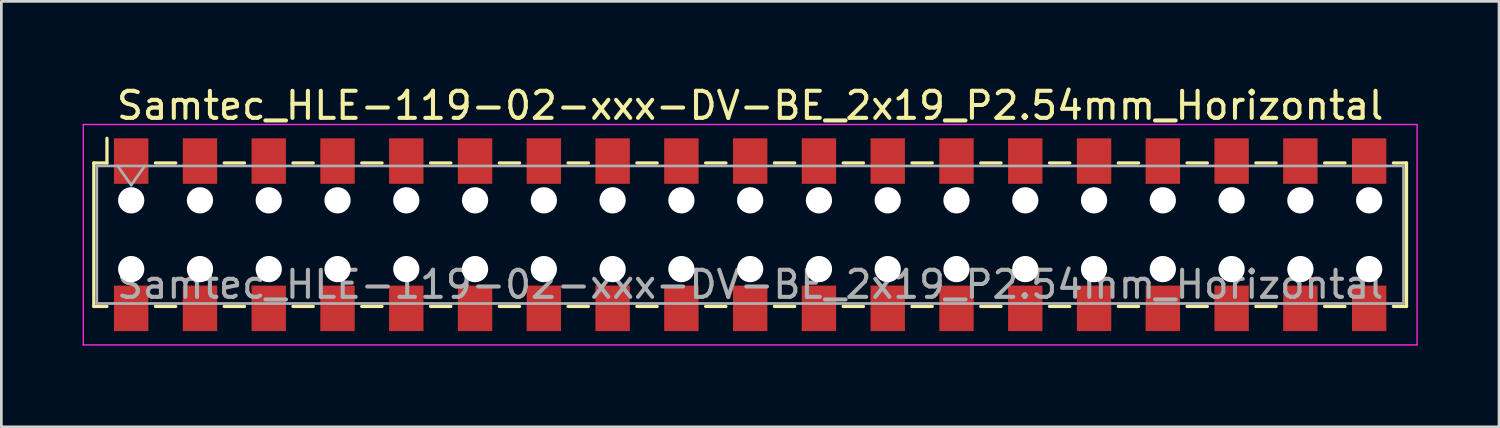
<source format=kicad_pcb>
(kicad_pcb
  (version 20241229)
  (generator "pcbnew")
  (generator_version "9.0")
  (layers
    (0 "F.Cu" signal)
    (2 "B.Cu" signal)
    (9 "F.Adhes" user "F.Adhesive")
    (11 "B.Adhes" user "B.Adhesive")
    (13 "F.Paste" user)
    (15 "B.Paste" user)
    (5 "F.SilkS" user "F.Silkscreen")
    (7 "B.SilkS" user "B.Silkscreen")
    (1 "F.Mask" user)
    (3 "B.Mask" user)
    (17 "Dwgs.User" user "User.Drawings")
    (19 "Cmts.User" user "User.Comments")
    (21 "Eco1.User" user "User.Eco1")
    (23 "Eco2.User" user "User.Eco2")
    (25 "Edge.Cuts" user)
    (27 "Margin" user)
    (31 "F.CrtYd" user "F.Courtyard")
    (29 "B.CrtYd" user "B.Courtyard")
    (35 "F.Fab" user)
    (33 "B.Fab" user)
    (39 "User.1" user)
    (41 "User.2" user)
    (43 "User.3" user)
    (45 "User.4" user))
  (footprint "Samtec_HLE-119-02-xxx-DV-BE_2x19_P2.54mm_Horizontal"
    (layer "F.Cu")
    (at 24.655 5.618)
    (property "Reference" "Samtec_HLE-119-02-xxx-DV-BE_2x19_P2.54mm_Horizontal" (at 0 -4.77 0) (layer "F.SilkS") (effects (font (size 1 1) (thickness 0.15))))
    (attr smd)
    (fp_line (start -24.24 -2.65) (end -24.24 2.65) (stroke (width 0.12) (type solid)) (layer "F.SilkS"))
    (fp_line (start -24.24 2.65) (end -23.755 2.65) (stroke (width 0.12) (type solid)) (layer "F.SilkS"))
    (fp_line (start -23.755 -3.56) (end -23.755 -2.65) (stroke (width 0.12) (type solid)) (layer "F.SilkS"))
    (fp_line (start -23.755 -2.65) (end -24.24 -2.65) (stroke (width 0.12) (type solid)) (layer "F.SilkS"))
    (fp_line (start -21.965 -2.65) (end -21.215 -2.65) (stroke (width 0.12) (type solid)) (layer "F.SilkS"))
    (fp_line (start -21.965 2.65) (end -21.215 2.65) (stroke (width 0.12) (type solid)) (layer "F.SilkS"))
    (fp_line (start -19.425 -2.65) (end -18.675 -2.65) (stroke (width 0.12) (type solid)) (layer "F.SilkS"))
    (fp_line (start -19.425 2.65) (end -18.675 2.65) (stroke (width 0.12) (type solid)) (layer "F.SilkS"))
    (fp_line (start -16.885 -2.65) (end -16.135 -2.65) (stroke (width 0.12) (type solid)) (layer "F.SilkS"))
    (fp_line (start -16.885 2.65) (end -16.135 2.65) (stroke (width 0.12) (type solid)) (layer "F.SilkS"))
    (fp_line (start -14.345 -2.65) (end -13.595 -2.65) (stroke (width 0.12) (type solid)) (layer "F.SilkS"))
    (fp_line (start -14.345 2.65) (end -13.595 2.65) (stroke (width 0.12) (type solid)) (layer "F.SilkS"))
    (fp_line (start -11.805 -2.65) (end -11.055 -2.65) (stroke (width 0.12) (type solid)) (layer "F.SilkS"))
    (fp_line (start -11.805 2.65) (end -11.055 2.65) (stroke (width 0.12) (type solid)) (layer "F.SilkS"))
    (fp_line (start -9.265 -2.65) (end -8.515 -2.65) (stroke (width 0.12) (type solid)) (layer "F.SilkS"))
    (fp_line (start -9.265 2.65) (end -8.515 2.65) (stroke (width 0.12) (type solid)) (layer "F.SilkS"))
    (fp_line (start -6.725 -2.65) (end -5.975 -2.65) (stroke (width 0.12) (type solid)) (layer "F.SilkS"))
    (fp_line (start -6.725 2.65) (end -5.975 2.65) (stroke (width 0.12) (type solid)) (layer "F.SilkS"))
    (fp_line (start -4.185 -2.65) (end -3.435 -2.65) (stroke (width 0.12) (type solid)) (layer "F.SilkS"))
    (fp_line (start -4.185 2.65) (end -3.435 2.65) (stroke (width 0.12) (type solid)) (layer "F.SilkS"))
    (fp_line (start -1.645 -2.65) (end -0.895 -2.65) (stroke (width 0.12) (type solid)) (layer "F.SilkS"))
    (fp_line (start -1.645 2.65) (end -0.895 2.65) (stroke (width 0.12) (type solid)) (layer "F.SilkS"))
    (fp_line (start 0.895 -2.65) (end 1.645 -2.65) (stroke (width 0.12) (type solid)) (layer "F.SilkS"))
    (fp_line (start 0.895 2.65) (end 1.645 2.65) (stroke (width 0.12) (type solid)) (layer "F.SilkS"))
    (fp_line (start 3.435 -2.65) (end 4.185 -2.65) (stroke (width 0.12) (type solid)) (layer "F.SilkS"))
    (fp_line (start 3.435 2.65) (end 4.185 2.65) (stroke (width 0.12) (type solid)) (layer "F.SilkS"))
    (fp_line (start 5.975 -2.65) (end 6.725 -2.65) (stroke (width 0.12) (type solid)) (layer "F.SilkS"))
    (fp_line (start 5.975 2.65) (end 6.725 2.65) (stroke (width 0.12) (type solid)) (layer "F.SilkS"))
    (fp_line (start 8.515 -2.65) (end 9.265 -2.65) (stroke (width 0.12) (type solid)) (layer "F.SilkS"))
    (fp_line (start 8.515 2.65) (end 9.265 2.65) (stroke (width 0.12) (type solid)) (layer "F.SilkS"))
    (fp_line (start 11.055 -2.65) (end 11.805 -2.65) (stroke (width 0.12) (type solid)) (layer "F.SilkS"))
    (fp_line (start 11.055 2.65) (end 11.805 2.65) (stroke (width 0.12) (type solid)) (layer "F.SilkS"))
    (fp_line (start 13.595 -2.65) (end 14.345 -2.65) (stroke (width 0.12) (type solid)) (layer "F.SilkS"))
    (fp_line (start 13.595 2.65) (end 14.345 2.65) (stroke (width 0.12) (type solid)) (layer "F.SilkS"))
    (fp_line (start 16.135 -2.65) (end 16.885 -2.65) (stroke (width 0.12) (type solid)) (layer "F.SilkS"))
    (fp_line (start 16.135 2.65) (end 16.885 2.65) (stroke (width 0.12) (type solid)) (layer "F.SilkS"))
    (fp_line (start 18.675 -2.65) (end 19.425 -2.65) (stroke (width 0.12) (type solid)) (layer "F.SilkS"))
    (fp_line (start 18.675 2.65) (end 19.425 2.65) (stroke (width 0.12) (type solid)) (layer "F.SilkS"))
    (fp_line (start 21.215 -2.65) (end 21.965 -2.65) (stroke (width 0.12) (type solid)) (layer "F.SilkS"))
    (fp_line (start 21.215 2.65) (end 21.965 2.65) (stroke (width 0.12) (type solid)) (layer "F.SilkS"))
    (fp_line (start 23.755 -2.65) (end 24.24 -2.65) (stroke (width 0.12) (type solid)) (layer "F.SilkS"))
    (fp_line (start 24.24 -2.65) (end 24.24 2.65) (stroke (width 0.12) (type solid)) (layer "F.SilkS"))
    (fp_line (start 24.24 2.65) (end 23.755 2.65) (stroke (width 0.12) (type solid)) (layer "F.SilkS"))
    (fp_line (start -24.63 -4.07) (end 24.63 -4.07) (stroke (width 0.05) (type solid)) (layer "F.CrtYd"))
    (fp_line (start -24.63 4.07) (end -24.63 -4.07) (stroke (width 0.05) (type solid)) (layer "F.CrtYd"))
    (fp_line (start 24.63 -4.07) (end 24.63 4.07) (stroke (width 0.05) (type solid)) (layer "F.CrtYd"))
    (fp_line (start 24.63 4.07) (end -24.63 4.07) (stroke (width 0.05) (type solid)) (layer "F.CrtYd"))
    (fp_line (start -24.13 -2.54) (end 24.13 -2.54) (stroke (width 0.1) (type solid)) (layer "F.Fab"))
    (fp_line (start -24.13 2.54) (end -24.13 -2.54) (stroke (width 0.1) (type solid)) (layer "F.Fab"))
    (fp_line (start -23.36 -2.54) (end -22.86 -1.833) (stroke (width 0.1) (type solid)) (layer "F.Fab"))
    (fp_line (start -22.86 -1.833) (end -22.36 -2.54) (stroke (width 0.1) (type solid)) (layer "F.Fab"))
    (fp_line (start 24.13 -2.54) (end 24.13 2.54) (stroke (width 0.1) (type solid)) (layer "F.Fab"))
    (fp_line (start 24.13 2.54) (end -24.13 2.54) (stroke (width 0.1) (type solid)) (layer "F.Fab"))
    (fp_text user "${REFERENCE}" (at 0 1.84 0) (layer "F.Fab") (effects (font (size 1 1) (thickness 0.15))))
    (pad "" np_thru_hole circle (at -22.86 -1.27) (size 0.97 0.97) (drill 0.97) (layers "*.Cu" "*.Mask"))
    (pad "" np_thru_hole circle (at -22.86 1.27) (size 0.97 0.97) (drill 0.97) (layers "*.Cu" "*.Mask"))
    (pad "" np_thru_hole circle (at -20.32 -1.27) (size 0.97 0.97) (drill 0.97) (layers "*.Cu" "*.Mask"))
    (pad "" np_thru_hole circle (at -20.32 1.27) (size 0.97 0.97) (drill 0.97) (layers "*.Cu" "*.Mask"))
    (pad "" np_thru_hole circle (at -17.78 -1.27) (size 0.97 0.97) (drill 0.97) (layers "*.Cu" "*.Mask"))
    (pad "" np_thru_hole circle (at -17.78 1.27) (size 0.97 0.97) (drill 0.97) (layers "*.Cu" "*.Mask"))
    (pad "" np_thru_hole circle (at -15.24 -1.27) (size 0.97 0.97) (drill 0.97) (layers "*.Cu" "*.Mask"))
    (pad "" np_thru_hole circle (at -15.24 1.27) (size 0.97 0.97) (drill 0.97) (layers "*.Cu" "*.Mask"))
    (pad "" np_thru_hole circle (at -12.7 -1.27) (size 0.97 0.97) (drill 0.97) (layers "*.Cu" "*.Mask"))
    (pad "" np_thru_hole circle (at -12.7 1.27) (size 0.97 0.97) (drill 0.97) (layers "*.Cu" "*.Mask"))
    (pad "" np_thru_hole circle (at -10.16 -1.27) (size 0.97 0.97) (drill 0.97) (layers "*.Cu" "*.Mask"))
    (pad "" np_thru_hole circle (at -10.16 1.27) (size 0.97 0.97) (drill 0.97) (layers "*.Cu" "*.Mask"))
    (pad "" np_thru_hole circle (at -7.62 -1.27) (size 0.97 0.97) (drill 0.97) (layers "*.Cu" "*.Mask"))
    (pad "" np_thru_hole circle (at -7.62 1.27) (size 0.97 0.97) (drill 0.97) (layers "*.Cu" "*.Mask"))
    (pad "" np_thru_hole circle (at -5.08 -1.27) (size 0.97 0.97) (drill 0.97) (layers "*.Cu" "*.Mask"))
    (pad "" np_thru_hole circle (at -5.08 1.27) (size 0.97 0.97) (drill 0.97) (layers "*.Cu" "*.Mask"))
    (pad "" np_thru_hole circle (at -2.54 -1.27) (size 0.97 0.97) (drill 0.97) (layers "*.Cu" "*.Mask"))
    (pad "" np_thru_hole circle (at -2.54 1.27) (size 0.97 0.97) (drill 0.97) (layers "*.Cu" "*.Mask"))
    (pad "" np_thru_hole circle (at 0 -1.27) (size 0.97 0.97) (drill 0.97) (layers "*.Cu" "*.Mask"))
    (pad "" np_thru_hole circle (at 0 1.27) (size 0.97 0.97) (drill 0.97) (layers "*.Cu" "*.Mask"))
    (pad "" np_thru_hole circle (at 2.54 -1.27) (size 0.97 0.97) (drill 0.97) (layers "*.Cu" "*.Mask"))
    (pad "" np_thru_hole circle (at 2.54 1.27) (size 0.97 0.97) (drill 0.97) (layers "*.Cu" "*.Mask"))
    (pad "" np_thru_hole circle (at 5.08 -1.27) (size 0.97 0.97) (drill 0.97) (layers "*.Cu" "*.Mask"))
    (pad "" np_thru_hole circle (at 5.08 1.27) (size 0.97 0.97) (drill 0.97) (layers "*.Cu" "*.Mask"))
    (pad "" np_thru_hole circle (at 7.62 -1.27) (size 0.97 0.97) (drill 0.97) (layers "*.Cu" "*.Mask"))
    (pad "" np_thru_hole circle (at 7.62 1.27) (size 0.97 0.97) (drill 0.97) (layers "*.Cu" "*.Mask"))
    (pad "" np_thru_hole circle (at 10.16 -1.27) (size 0.97 0.97) (drill 0.97) (layers "*.Cu" "*.Mask"))
    (pad "" np_thru_hole circle (at 10.16 1.27) (size 0.97 0.97) (drill 0.97) (layers "*.Cu" "*.Mask"))
    (pad "" np_thru_hole circle (at 12.7 -1.27) (size 0.97 0.97) (drill 0.97) (layers "*.Cu" "*.Mask"))
    (pad "" np_thru_hole circle (at 12.7 1.27) (size 0.97 0.97) (drill 0.97) (layers "*.Cu" "*.Mask"))
    (pad "" np_thru_hole circle (at 15.24 -1.27) (size 0.97 0.97) (drill 0.97) (layers "*.Cu" "*.Mask"))
    (pad "" np_thru_hole circle (at 15.24 1.27) (size 0.97 0.97) (drill 0.97) (layers "*.Cu" "*.Mask"))
    (pad "" np_thru_hole circle (at 17.78 -1.27) (size 0.97 0.97) (drill 0.97) (layers "*.Cu" "*.Mask"))
    (pad "" np_thru_hole circle (at 17.78 1.27) (size 0.97 0.97) (drill 0.97) (layers "*.Cu" "*.Mask"))
    (pad "" np_thru_hole circle (at 20.32 -1.27) (size 0.97 0.97) (drill 0.97) (layers "*.Cu" "*.Mask"))
    (pad "" np_thru_hole circle (at 20.32 1.27) (size 0.97 0.97) (drill 0.97) (layers "*.Cu" "*.Mask"))
    (pad "" np_thru_hole circle (at 22.86 -1.27) (size 0.97 0.97) (drill 0.97) (layers "*.Cu" "*.Mask"))
    (pad "" np_thru_hole circle (at 22.86 1.27) (size 0.97 0.97) (drill 0.97) (layers "*.Cu" "*.Mask"))
    (pad "1" smd rect (at -22.86 -2.72) (size 1.27 1.68) (layers "F.Cu" "F.Mask" "F.Paste"))
    (pad "2" smd rect (at -22.86 2.72) (size 1.27 1.68) (layers "F.Cu" "F.Mask" "F.Paste"))
    (pad "3" smd rect (at -20.32 -2.72) (size 1.27 1.68) (layers "F.Cu" "F.Mask" "F.Paste"))
    (pad "4" smd rect (at -20.32 2.72) (size 1.27 1.68) (layers "F.Cu" "F.Mask" "F.Paste"))
    (pad "5" smd rect (at -17.78 -2.72) (size 1.27 1.68) (layers "F.Cu" "F.Mask" "F.Paste"))
    (pad "6" smd rect (at -17.78 2.72) (size 1.27 1.68) (layers "F.Cu" "F.Mask" "F.Paste"))
    (pad "7" smd rect (at -15.24 -2.72) (size 1.27 1.68) (layers "F.Cu" "F.Mask" "F.Paste"))
    (pad "8" smd rect (at -15.24 2.72) (size 1.27 1.68) (layers "F.Cu" "F.Mask" "F.Paste"))
    (pad "9" smd rect (at -12.7 -2.72) (size 1.27 1.68) (layers "F.Cu" "F.Mask" "F.Paste"))
    (pad "10" smd rect (at -12.7 2.72) (size 1.27 1.68) (layers "F.Cu" "F.Mask" "F.Paste"))
    (pad "11" smd rect (at -10.16 -2.72) (size 1.27 1.68) (layers "F.Cu" "F.Mask" "F.Paste"))
    (pad "12" smd rect (at -10.16 2.72) (size 1.27 1.68) (layers "F.Cu" "F.Mask" "F.Paste"))
    (pad "13" smd rect (at -7.62 -2.72) (size 1.27 1.68) (layers "F.Cu" "F.Mask" "F.Paste"))
    (pad "14" smd rect (at -7.62 2.72) (size 1.27 1.68) (layers "F.Cu" "F.Mask" "F.Paste"))
    (pad "15" smd rect (at -5.08 -2.72) (size 1.27 1.68) (layers "F.Cu" "F.Mask" "F.Paste"))
    (pad "16" smd rect (at -5.08 2.72) (size 1.27 1.68) (layers "F.Cu" "F.Mask" "F.Paste"))
    (pad "17" smd rect (at -2.54 -2.72) (size 1.27 1.68) (layers "F.Cu" "F.Mask" "F.Paste"))
    (pad "18" smd rect (at -2.54 2.72) (size 1.27 1.68) (layers "F.Cu" "F.Mask" "F.Paste"))
    (pad "19" smd rect (at 0 -2.72) (size 1.27 1.68) (layers "F.Cu" "F.Mask" "F.Paste"))
    (pad "20" smd rect (at 0 2.72) (size 1.27 1.68) (layers "F.Cu" "F.Mask" "F.Paste"))
    (pad "21" smd rect (at 2.54 -2.72) (size 1.27 1.68) (layers "F.Cu" "F.Mask" "F.Paste"))
    (pad "22" smd rect (at 2.54 2.72) (size 1.27 1.68) (layers "F.Cu" "F.Mask" "F.Paste"))
    (pad "23" smd rect (at 5.08 -2.72) (size 1.27 1.68) (layers "F.Cu" "F.Mask" "F.Paste"))
    (pad "24" smd rect (at 5.08 2.72) (size 1.27 1.68) (layers "F.Cu" "F.Mask" "F.Paste"))
    (pad "25" smd rect (at 7.62 -2.72) (size 1.27 1.68) (layers "F.Cu" "F.Mask" "F.Paste"))
    (pad "26" smd rect (at 7.62 2.72) (size 1.27 1.68) (layers "F.Cu" "F.Mask" "F.Paste"))
    (pad "27" smd rect (at 10.16 -2.72) (size 1.27 1.68) (layers "F.Cu" "F.Mask" "F.Paste"))
    (pad "28" smd rect (at 10.16 2.72) (size 1.27 1.68) (layers "F.Cu" "F.Mask" "F.Paste"))
    (pad "29" smd rect (at 12.7 -2.72) (size 1.27 1.68) (layers "F.Cu" "F.Mask" "F.Paste"))
    (pad "30" smd rect (at 12.7 2.72) (size 1.27 1.68) (layers "F.Cu" "F.Mask" "F.Paste"))
    (pad "31" smd rect (at 15.24 -2.72) (size 1.27 1.68) (layers "F.Cu" "F.Mask" "F.Paste"))
    (pad "32" smd rect (at 15.24 2.72) (size 1.27 1.68) (layers "F.Cu" "F.Mask" "F.Paste"))
    (pad "33" smd rect (at 17.78 -2.72) (size 1.27 1.68) (layers "F.Cu" "F.Mask" "F.Paste"))
    (pad "34" smd rect (at 17.78 2.72) (size 1.27 1.68) (layers "F.Cu" "F.Mask" "F.Paste"))
    (pad "35" smd rect (at 20.32 -2.72) (size 1.27 1.68) (layers "F.Cu" "F.Mask" "F.Paste"))
    (pad "36" smd rect (at 20.32 2.72) (size 1.27 1.68) (layers "F.Cu" "F.Mask" "F.Paste"))
    (pad "37" smd rect (at 22.86 -2.72) (size 1.27 1.68) (layers "F.Cu" "F.Mask" "F.Paste"))
    (pad "38" smd rect (at 22.86 2.72) (size 1.27 1.68) (layers "F.Cu" "F.Mask" "F.Paste")))
  (gr_rect
    (start -3 -3)
    (end 52.31 12.713)
    (stroke (width 0.1) (type default))
    (fill no)
    (layer "Edge.Cuts")))
</source>
